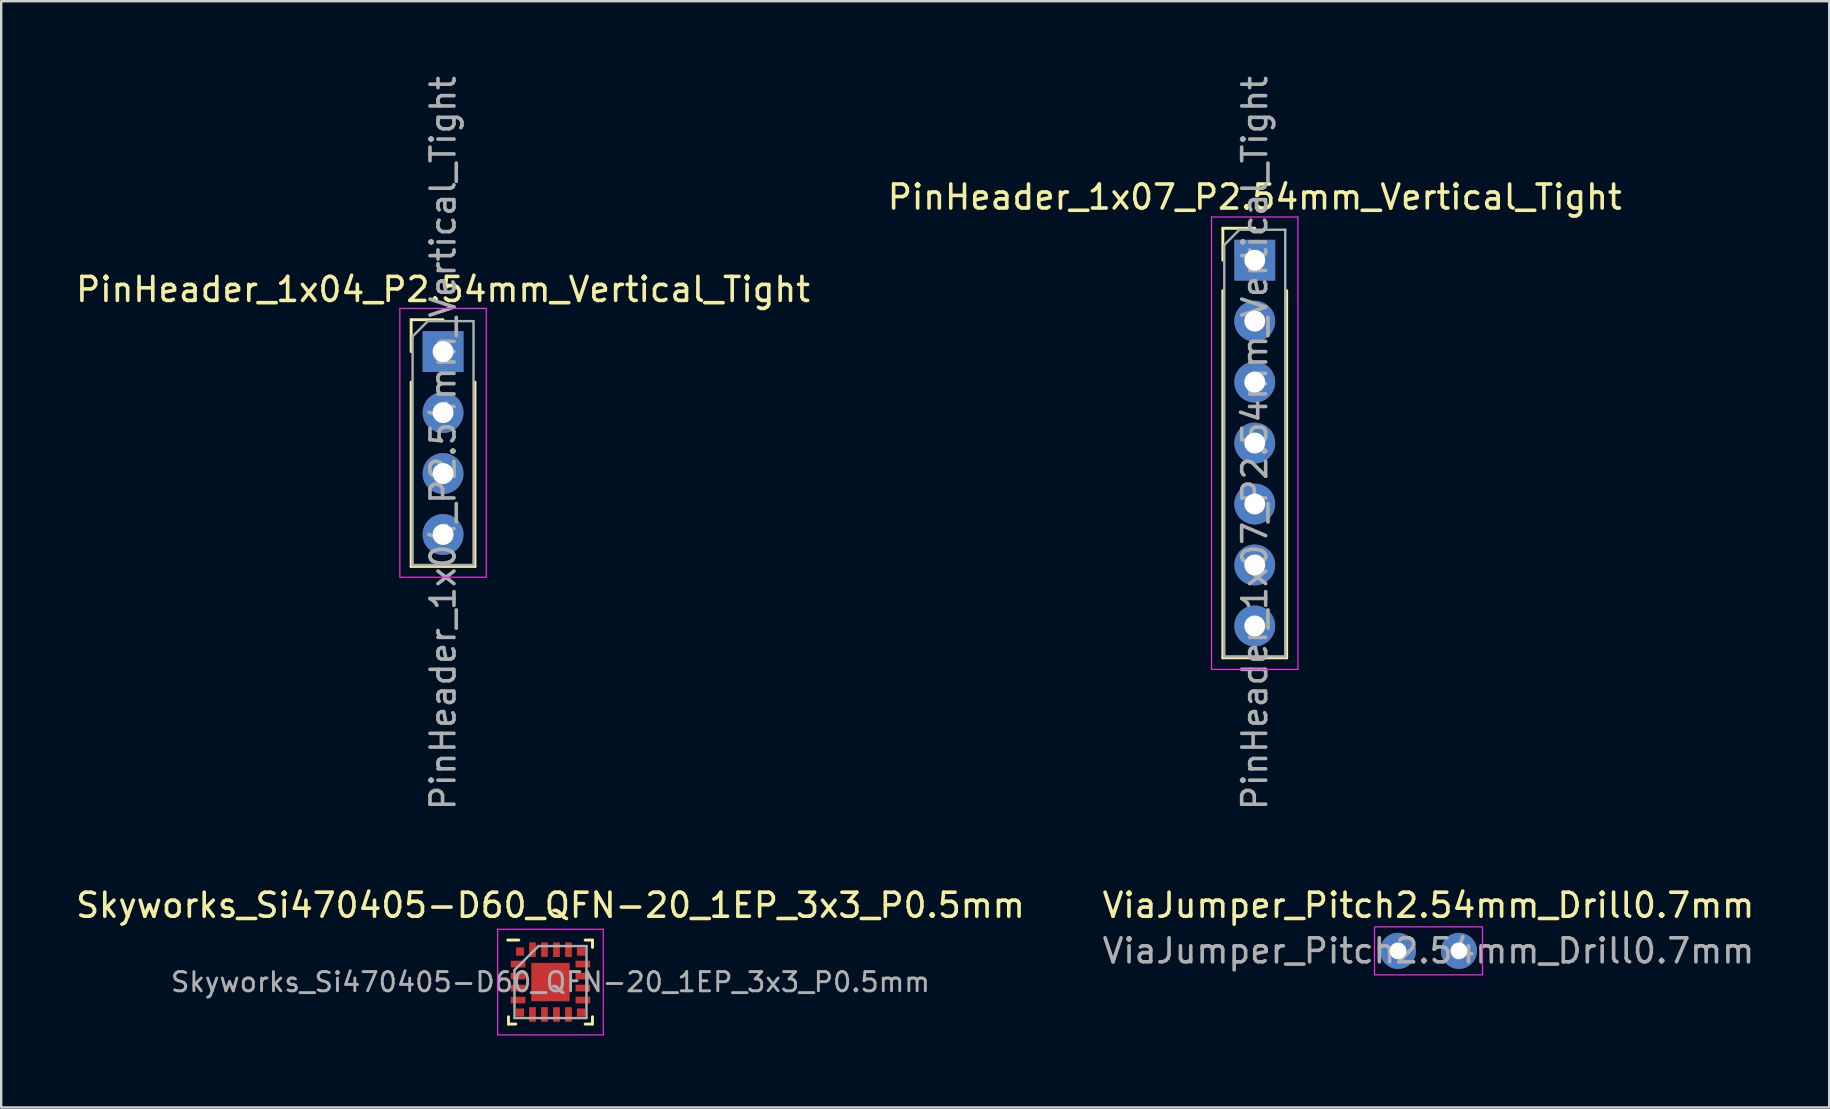
<source format=kicad_pcb>
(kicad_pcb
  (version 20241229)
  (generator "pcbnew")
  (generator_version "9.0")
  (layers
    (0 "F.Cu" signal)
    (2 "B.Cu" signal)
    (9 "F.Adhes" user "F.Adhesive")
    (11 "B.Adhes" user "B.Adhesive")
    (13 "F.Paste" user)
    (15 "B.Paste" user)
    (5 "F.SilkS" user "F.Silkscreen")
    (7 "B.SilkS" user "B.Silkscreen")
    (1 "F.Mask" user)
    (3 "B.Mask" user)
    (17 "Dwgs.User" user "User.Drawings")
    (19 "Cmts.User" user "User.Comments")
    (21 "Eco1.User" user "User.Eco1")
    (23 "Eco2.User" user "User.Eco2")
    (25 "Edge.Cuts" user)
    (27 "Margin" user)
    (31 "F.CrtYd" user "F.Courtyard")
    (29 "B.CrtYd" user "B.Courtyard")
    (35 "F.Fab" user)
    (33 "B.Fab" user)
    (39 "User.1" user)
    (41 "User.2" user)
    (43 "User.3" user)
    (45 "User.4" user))
  (footprint "Skyworks_Si470405-D60_QFN-20_1EP_3x3_P0.5mm"
    (layer "F.Cu")
    (at 19.887 37.87)
    (property "Reference" "Skyworks_Si470405-D60_QFN-20_1EP_3x3_P0.5mm" (at 0 -3.2 0) (layer "F.SilkS") (effects (font (size 1 1) (thickness 0.15))))
    (attr smd)
    (fp_line (start -1.75 1.75) (end -1.75 1.445) (stroke (width 0.12) (type default)) (layer "F.SilkS"))
    (fp_line (start -1.445 1.75) (end -1.75 1.75) (stroke (width 0.12) (type default)) (layer "F.SilkS"))
    (fp_line (start -1.32 -1.75) (end -1.78 -1.75) (stroke (width 0.12) (type default)) (layer "F.SilkS"))
    (fp_line (start 1.445 -1.75) (end 1.75 -1.75) (stroke (width 0.12) (type default)) (layer "F.SilkS"))
    (fp_line (start 1.445 1.75) (end 1.75 1.75) (stroke (width 0.12) (type default)) (layer "F.SilkS"))
    (fp_line (start 1.75 -1.75) (end 1.75 -1.445) (stroke (width 0.12) (type default)) (layer "F.SilkS"))
    (fp_line (start 1.75 1.75) (end 1.75 1.445) (stroke (width 0.12) (type default)) (layer "F.SilkS"))
    (fp_line (start -2.2 -2.2) (end 2.2 -2.2) (stroke (width 0.05) (type default)) (layer "F.CrtYd"))
    (fp_line (start -2.2 2.2) (end -2.2 -2.2) (stroke (width 0.05) (type default)) (layer "F.CrtYd"))
    (fp_line (start 2.2 -2.2) (end 2.2 2.2) (stroke (width 0.05) (type default)) (layer "F.CrtYd"))
    (fp_line (start 2.2 2.2) (end -2.2 2.2) (stroke (width 0.05) (type default)) (layer "F.CrtYd"))
    (fp_line (start -1.5 -0.5) (end -1.5 1.5) (stroke (width 0.1) (type solid)) (layer "F.Fab"))
    (fp_line (start -1.5 1.5) (end 1.5 1.5) (stroke (width 0.1) (type solid)) (layer "F.Fab"))
    (fp_line (start -0.5 -1.5) (end -1.5 -0.5) (stroke (width 0.1) (type solid)) (layer "F.Fab"))
    (fp_line (start 1.5 -1.5) (end -0.5 -1.5) (stroke (width 0.1) (type solid)) (layer "F.Fab"))
    (fp_line (start 1.5 1.5) (end 1.5 -1.5) (stroke (width 0.1) (type solid)) (layer "F.Fab"))
    (fp_text user "${REFERENCE}" (at 0 0 0) (layer "F.Fab") (effects (font (size 0.8 0.8) (thickness 0.12))))
    (pad "" smd rect (at -0.6 -0.6) (size 0.000001 0.000001) (layers "F.Paste"))
    (pad "" smd rect (at -0.6 -0.2) (size 0.000001 0.000001) (layers "F.Paste"))
    (pad "" smd rect (at -0.6 0.2) (size 0.000001 0.000001) (layers "F.Paste"))
    (pad "" smd rect (at -0.6 0.6) (size 0.000001 0.000001) (layers "F.Paste"))
    (pad "" smd rect (at -0.2 -0.6) (size 0.000001 0.000001) (layers "F.Paste"))
    (pad "" smd rect (at -0.2 -0.2) (size 0.000001 0.000001) (layers "F.Paste"))
    (pad "" smd rect (at -0.2 0.2) (size 0.000001 0.000001) (layers "F.Paste"))
    (pad "" smd rect (at -0.2 0.6) (size 0.000001 0.000001) (layers "F.Paste"))
    (pad "" smd rect (at 0.2 -0.6) (size 0.000001 0.000001) (layers "F.Paste"))
    (pad "" smd rect (at 0.2 -0.2) (size 0.000001 0.000001) (layers "F.Paste"))
    (pad "" smd rect (at 0.2 0.2) (size 0.000001 0.000001) (layers "F.Paste"))
    (pad "" smd rect (at 0.2 0.6) (size 0.000001 0.000001) (layers "F.Paste"))
    (pad "" smd rect (at 0.6 -0.6) (size 0.000001 0.000001) (layers "F.Paste"))
    (pad "" smd rect (at 0.6 -0.2) (size 0.000001 0.000001) (layers "F.Paste"))
    (pad "" smd rect (at 0.6 0.2) (size 0.000001 0.000001) (layers "F.Paste"))
    (pad "" smd rect (at 0.6 0.6) (size 0.000001 0.000001) (layers "F.Paste"))
    (pad "1" smd rect (at -1.27 -1.27 90) (size 0.34 0.34) (layers "F.Cu" "F.Mask" "F.Paste"))
    (pad "2" smd rect (at -1.35 -0.75 90) (size 0.28 0.61) (layers "F.Cu" "F.Mask" "F.Paste"))
    (pad "3" smd rect (at -1.35 -0.25 90) (size 0.28 0.61) (layers "F.Cu" "F.Mask" "F.Paste"))
    (pad "4" smd rect (at -1.35 0.25 90) (size 0.28 0.61) (layers "F.Cu" "F.Mask" "F.Paste"))
    (pad "5" smd rect (at -1.35 0.75 90) (size 0.28 0.61) (layers "F.Cu" "F.Mask" "F.Paste"))
    (pad "6" smd rect (at -1.27 1.27 90) (size 0.34 0.34) (layers "F.Cu" "F.Mask" "F.Paste"))
    (pad "7" smd rect (at -0.75 1.35) (size 0.28 0.61) (layers "F.Cu" "F.Mask" "F.Paste"))
    (pad "8" smd rect (at -0.25 1.35) (size 0.28 0.61) (layers "F.Cu" "F.Mask" "F.Paste"))
    (pad "9" smd rect (at 0.25 1.35) (size 0.28 0.61) (layers "F.Cu" "F.Mask" "F.Paste"))
    (pad "10" smd rect (at 0.75 1.35) (size 0.28 0.61) (layers "F.Cu" "F.Mask" "F.Paste"))
    (pad "11" smd rect (at 1.27 1.27 90) (size 0.34 0.34) (layers "F.Cu" "F.Mask" "F.Paste"))
    (pad "12" smd rect (at 1.35 0.75 90) (size 0.28 0.61) (layers "F.Cu" "F.Mask" "F.Paste"))
    (pad "13" smd rect (at 1.35 0.25 90) (size 0.28 0.61) (layers "F.Cu" "F.Mask" "F.Paste"))
    (pad "14" smd rect (at 1.35 -0.25 90) (size 0.28 0.61) (layers "F.Cu" "F.Mask" "F.Paste"))
    (pad "15" smd rect (at 1.35 -0.75 90) (size 0.28 0.61) (layers "F.Cu" "F.Mask" "F.Paste"))
    (pad "16" smd rect (at 1.27 -1.27 90) (size 0.34 0.34) (layers "F.Cu" "F.Mask" "F.Paste"))
    (pad "17" smd rect (at 0.75 -1.35) (size 0.28 0.61) (layers "F.Cu" "F.Mask" "F.Paste"))
    (pad "18" smd rect (at 0.25 -1.35) (size 0.28 0.61) (layers "F.Cu" "F.Mask" "F.Paste"))
    (pad "19" smd rect (at -0.25 -1.35) (size 0.28 0.61) (layers "F.Cu" "F.Mask" "F.Paste"))
    (pad "20" smd rect (at -0.75 -1.35) (size 0.28 0.61) (layers "F.Cu" "F.Mask" "F.Paste"))
    (pad "21" smd rect (at 0 0) (size 1.6 1.6) (layers "F.Cu" "F.Mask")))
  (footprint "PinHeader_1x04_P2.54mm_Vertical_Tight"
    (layer "F.Cu")
    (at 15.411 15.411)
    (property "Reference" "PinHeader_1x04_P2.54mm_Vertical_Tight" (at 0 -6.4 0) (unlocked yes) (layer "F.SilkS") (effects (font (size 1 1) (thickness 0.15))))
    (attr through_hole)
    (fp_line (start -1.33 -5.14) (end 0 -5.14) (stroke (width 0.12) (type solid)) (layer "F.SilkS"))
    (fp_line (start -1.33 -3.81) (end -1.33 -5.14) (stroke (width 0.12) (type solid)) (layer "F.SilkS"))
    (fp_line (start -1.33 -2.54) (end -1.33 5.14) (stroke (width 0.12) (type solid)) (layer "F.SilkS"))
    (fp_line (start -1.33 5.14) (end 1.33 5.14) (stroke (width 0.12) (type solid)) (layer "F.SilkS"))
    (fp_line (start 1.33 -2.54) (end 1.33 5.14) (stroke (width 0.12) (type solid)) (layer "F.SilkS"))
    (fp_line (start -1.8 -5.61) (end -1.8 5.59) (stroke (width 0.05) (type solid)) (layer "F.CrtYd"))
    (fp_line (start -1.8 5.59) (end 1.8 5.59) (stroke (width 0.05) (type solid)) (layer "F.CrtYd"))
    (fp_line (start 1.8 -5.61) (end -1.8 -5.61) (stroke (width 0.05) (type solid)) (layer "F.CrtYd"))
    (fp_line (start 1.8 5.59) (end 1.8 -5.61) (stroke (width 0.05) (type solid)) (layer "F.CrtYd"))
    (fp_line (start -1.27 -4.445) (end -0.635 -5.08) (stroke (width 0.1) (type solid)) (layer "F.Fab"))
    (fp_line (start -1.27 5.08) (end -1.27 -4.445) (stroke (width 0.1) (type solid)) (layer "F.Fab"))
    (fp_line (start -0.635 -5.08) (end 1.27 -5.08) (stroke (width 0.1) (type solid)) (layer "F.Fab"))
    (fp_line (start 1.27 -5.08) (end 1.27 5.08) (stroke (width 0.1) (type solid)) (layer "F.Fab"))
    (fp_line (start 1.27 5.08) (end -1.27 5.08) (stroke (width 0.1) (type solid)) (layer "F.Fab"))
    (fp_text user "${REFERENCE}" (at 0 0 90) (layer "F.Fab") (effects (font (size 1 1) (thickness 0.15))))
    (pad "1" thru_hole rect (at 0 -3.81) (size 1.7 1.7) (drill 0.87) (layers "*.Cu" "*.Mask"))
    (pad "2" thru_hole oval (at 0 -1.27) (size 1.7 1.7) (drill 0.87) (layers "*.Cu" "*.Mask"))
    (pad "3" thru_hole oval (at 0 1.27) (size 1.7 1.7) (drill 0.87) (layers "*.Cu" "*.Mask"))
    (pad "4" thru_hole oval (at 0 3.81) (size 1.7 1.7) (drill 0.87) (layers "*.Cu" "*.Mask")))
  (footprint "ViaJumper_Pitch2.54mm_Drill0.7mm"
    (layer "F.Cu")
    (at 56.47 36.57)
    (property "Reference" "ViaJumper_Pitch2.54mm_Drill0.7mm" (at 0 -1.9 0) (unlocked yes) (layer "F.SilkS") (effects (font (size 1 1) (thickness 0.15))))
    (attr through_hole)
    (fp_rect (start -2.25 -1) (end 2.25 1) (stroke (width 0.05) (type default)) (fill no) (layer "F.CrtYd"))
    (fp_text user "${REFERENCE}" (at 0 0 0) (unlocked yes) (layer "F.Fab") (effects (font (size 1 1) (thickness 0.15))))
    (pad "1" thru_hole circle (at -1.27 0) (size 1.5 1.5) (drill 0.7) (layers "*.Cu" "*.Mask"))
    (pad "2" thru_hole circle (at 1.27 0) (size 1.5 1.5) (drill 0.7) (layers "*.Cu" "*.Mask")))
  (footprint "PinHeader_1x07_P2.54mm_Vertical_Tight"
    (layer "F.Cu")
    (at 49.232 15.411)
    (property "Reference" "PinHeader_1x07_P2.54mm_Vertical_Tight" (at 0 -10.25 0) (unlocked yes) (layer "F.SilkS") (effects (font (size 1 1) (thickness 0.15))))
    (attr through_hole)
    (fp_line (start -1.33 -8.95) (end 0 -8.95) (stroke (width 0.12) (type solid)) (layer "F.SilkS"))
    (fp_line (start -1.33 -7.62) (end -1.33 -8.95) (stroke (width 0.12) (type solid)) (layer "F.SilkS"))
    (fp_line (start -1.33 -6.35) (end -1.33 8.95) (stroke (width 0.12) (type solid)) (layer "F.SilkS"))
    (fp_line (start -1.33 8.95) (end 1.33 8.95) (stroke (width 0.12) (type solid)) (layer "F.SilkS"))
    (fp_line (start 1.33 -6.35) (end 1.33 8.95) (stroke (width 0.12) (type solid)) (layer "F.SilkS"))
    (fp_line (start -1.8 -9.42) (end -1.8 9.43) (stroke (width 0.05) (type solid)) (layer "F.CrtYd"))
    (fp_line (start -1.8 9.43) (end 1.8 9.43) (stroke (width 0.05) (type solid)) (layer "F.CrtYd"))
    (fp_line (start 1.8 -9.42) (end -1.8 -9.42) (stroke (width 0.05) (type solid)) (layer "F.CrtYd"))
    (fp_line (start 1.8 9.43) (end 1.8 -9.42) (stroke (width 0.05) (type solid)) (layer "F.CrtYd"))
    (fp_line (start -1.27 -8.255) (end -0.635 -8.89) (stroke (width 0.1) (type solid)) (layer "F.Fab"))
    (fp_line (start -1.27 8.89) (end -1.27 -8.255) (stroke (width 0.1) (type solid)) (layer "F.Fab"))
    (fp_line (start -0.635 -8.89) (end 1.27 -8.89) (stroke (width 0.1) (type solid)) (layer "F.Fab"))
    (fp_line (start 1.27 -8.89) (end 1.27 8.89) (stroke (width 0.1) (type solid)) (layer "F.Fab"))
    (fp_line (start 1.27 8.89) (end -1.27 8.89) (stroke (width 0.1) (type solid)) (layer "F.Fab"))
    (fp_text user "${REFERENCE}" (at 0 0 90) (layer "F.Fab") (effects (font (size 1 1) (thickness 0.15))))
    (pad "1" thru_hole rect (at 0 -7.62) (size 1.7 1.7) (drill 0.87) (layers "*.Cu" "*.Mask"))
    (pad "2" thru_hole oval (at 0 -5.08) (size 1.7 1.7) (drill 0.87) (layers "*.Cu" "*.Mask"))
    (pad "3" thru_hole oval (at 0 -2.54) (size 1.7 1.7) (drill 0.87) (layers "*.Cu" "*.Mask"))
    (pad "4" thru_hole oval (at 0 0) (size 1.7 1.7) (drill 0.87) (layers "*.Cu" "*.Mask"))
    (pad "5" thru_hole oval (at 0 2.54) (size 1.7 1.7) (drill 0.87) (layers "*.Cu" "*.Mask"))
    (pad "6" thru_hole oval (at 0 5.08) (size 1.7 1.7) (drill 0.87) (layers "*.Cu" "*.Mask"))
    (pad "7" thru_hole oval (at 0 7.62) (size 1.7 1.7) (drill 0.87) (layers "*.Cu" "*.Mask")))
  (gr_rect
    (start -3 -3)
    (end 73.167 43.095)
    (stroke (width 0.1) (type default))
    (fill no)
    (layer "Edge.Cuts")))
</source>
